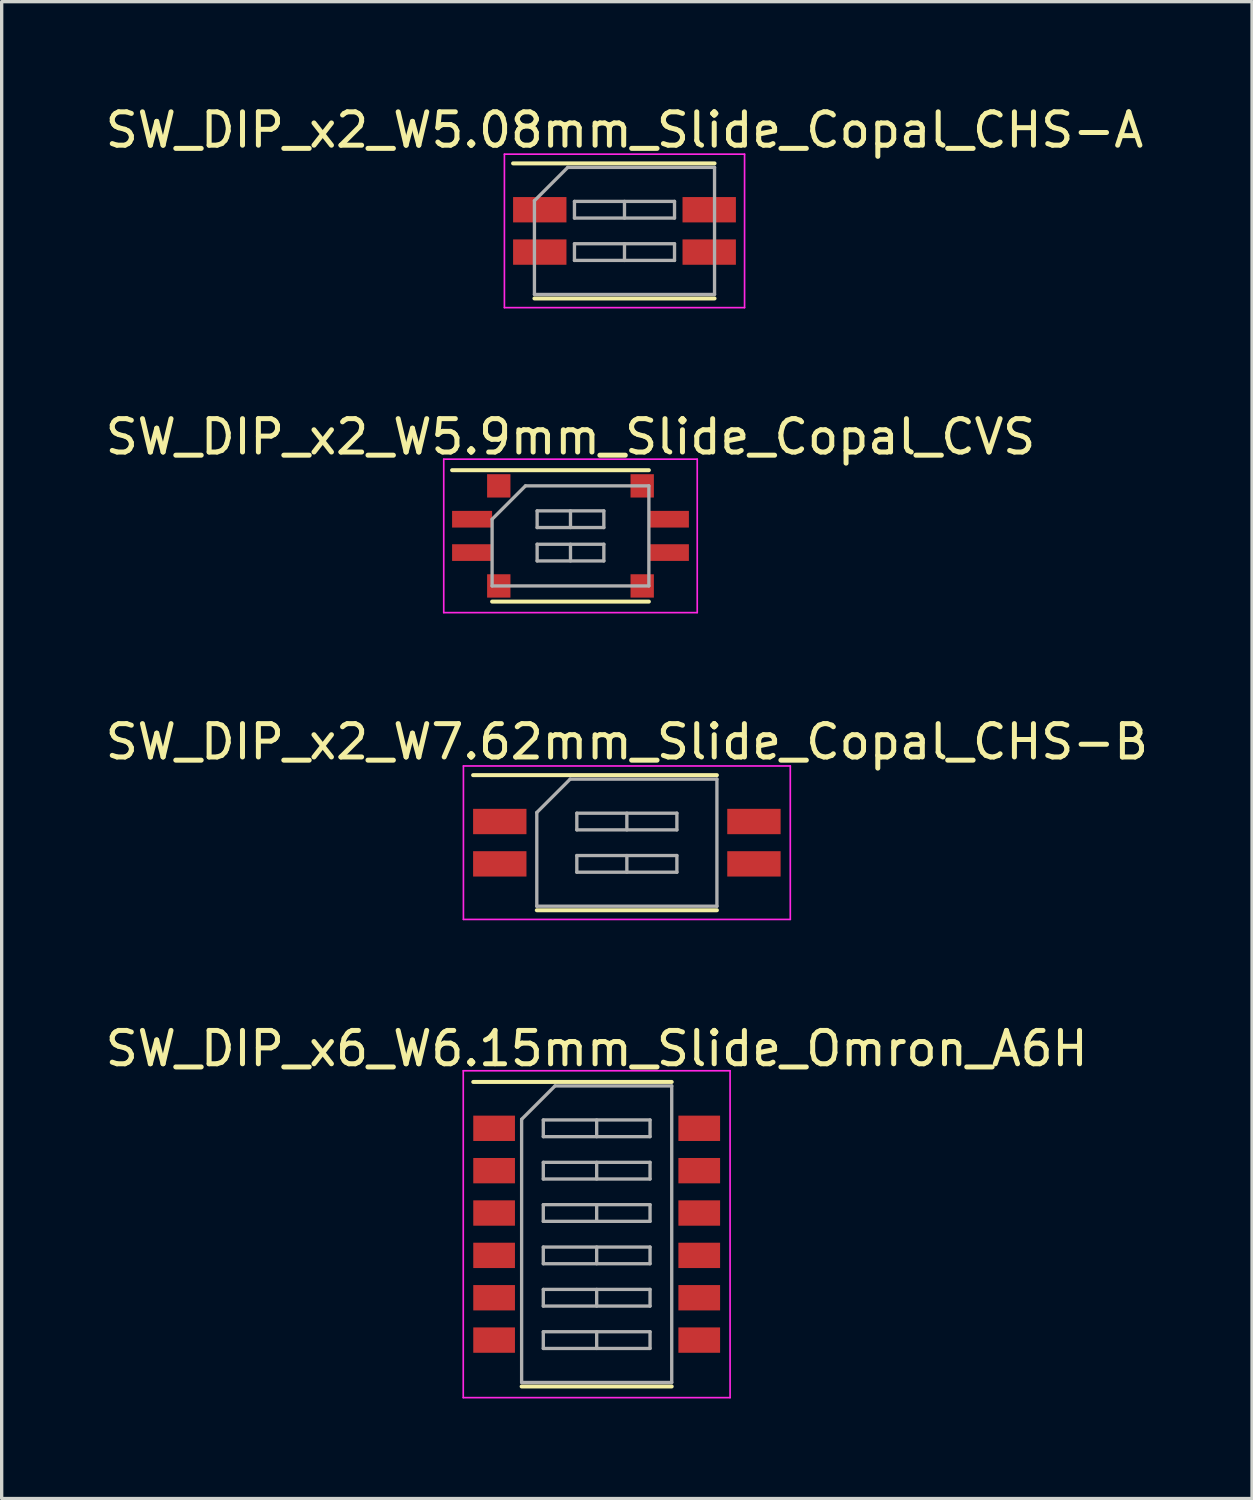
<source format=kicad_pcb>
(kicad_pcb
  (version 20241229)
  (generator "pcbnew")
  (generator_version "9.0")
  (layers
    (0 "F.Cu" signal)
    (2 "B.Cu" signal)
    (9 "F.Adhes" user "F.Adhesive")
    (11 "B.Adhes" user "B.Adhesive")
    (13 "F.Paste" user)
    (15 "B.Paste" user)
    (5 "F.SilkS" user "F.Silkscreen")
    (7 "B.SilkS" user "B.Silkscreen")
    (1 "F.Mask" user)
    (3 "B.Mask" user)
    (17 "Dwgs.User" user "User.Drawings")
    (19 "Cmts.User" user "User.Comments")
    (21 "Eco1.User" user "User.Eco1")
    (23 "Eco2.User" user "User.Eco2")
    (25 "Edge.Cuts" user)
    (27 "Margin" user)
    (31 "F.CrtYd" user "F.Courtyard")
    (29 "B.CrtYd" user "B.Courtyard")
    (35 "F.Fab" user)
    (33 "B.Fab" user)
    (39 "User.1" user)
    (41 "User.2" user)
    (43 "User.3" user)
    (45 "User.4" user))
  (footprint "SW_DIP_x2_W5.08mm_Slide_Copal_CHS-A"
    (layer "F.Cu")
    (at 15.673 3.873)
    (property "Reference" "SW_DIP_x2_W5.08mm_Slide_Copal_CHS-A" (at 0 -3.025 0) (layer "F.SilkS") (effects (font (size 1 1) (thickness 0.15))))
    (attr smd)
    (fp_line (start -3.34 -2.025) (end 2.7 -2.025) (stroke (width 0.12) (type solid)) (layer "F.SilkS"))
    (fp_line (start -2.7 2.025) (end 2.7 2.025) (stroke (width 0.12) (type solid)) (layer "F.SilkS"))
    (fp_line (start -3.6 -2.3) (end -3.6 2.3) (stroke (width 0.05) (type solid)) (layer "F.CrtYd"))
    (fp_line (start -3.6 2.3) (end 3.6 2.3) (stroke (width 0.05) (type solid)) (layer "F.CrtYd"))
    (fp_line (start 3.6 -2.3) (end -3.6 -2.3) (stroke (width 0.05) (type solid)) (layer "F.CrtYd"))
    (fp_line (start 3.6 2.3) (end 3.6 -2.3) (stroke (width 0.05) (type solid)) (layer "F.CrtYd"))
    (fp_line (start -2.7 -0.905) (end -1.7 -1.905) (stroke (width 0.1) (type solid)) (layer "F.Fab"))
    (fp_line (start -2.7 1.905) (end -2.7 -0.905) (stroke (width 0.1) (type solid)) (layer "F.Fab"))
    (fp_line (start -1.7 -1.905) (end 2.7 -1.905) (stroke (width 0.1) (type solid)) (layer "F.Fab"))
    (fp_line (start -1.5 -0.885) (end -1.5 -0.385) (stroke (width 0.1) (type solid)) (layer "F.Fab"))
    (fp_line (start -1.5 -0.385) (end 1.5 -0.385) (stroke (width 0.1) (type solid)) (layer "F.Fab"))
    (fp_line (start -1.5 0.385) (end -1.5 0.885) (stroke (width 0.1) (type solid)) (layer "F.Fab"))
    (fp_line (start -1.5 0.885) (end 1.5 0.885) (stroke (width 0.1) (type solid)) (layer "F.Fab"))
    (fp_line (start 0 -0.885) (end 0 -0.385) (stroke (width 0.1) (type solid)) (layer "F.Fab"))
    (fp_line (start 0 0.385) (end 0 0.885) (stroke (width 0.1) (type solid)) (layer "F.Fab"))
    (fp_line (start 1.5 -0.885) (end -1.5 -0.885) (stroke (width 0.1) (type solid)) (layer "F.Fab"))
    (fp_line (start 1.5 -0.385) (end 1.5 -0.885) (stroke (width 0.1) (type solid)) (layer "F.Fab"))
    (fp_line (start 1.5 0.385) (end -1.5 0.385) (stroke (width 0.1) (type solid)) (layer "F.Fab"))
    (fp_line (start 1.5 0.885) (end 1.5 0.385) (stroke (width 0.1) (type solid)) (layer "F.Fab"))
    (fp_line (start 2.7 -1.905) (end 2.7 1.905) (stroke (width 0.1) (type solid)) (layer "F.Fab"))
    (fp_line (start 2.7 1.905) (end -2.7 1.905) (stroke (width 0.1) (type solid)) (layer "F.Fab"))
    (pad "1" smd rect (at -2.54 -0.635) (size 1.6 0.76) (layers "F.Cu" "F.Mask"))
    (pad "2" smd rect (at -2.54 0.635) (size 1.6 0.76) (layers "F.Cu" "F.Mask"))
    (pad "3" smd rect (at 2.54 0.635) (size 1.6 0.76) (layers "F.Cu" "F.Mask"))
    (pad "4" smd rect (at 2.54 -0.635) (size 1.6 0.76) (layers "F.Cu" "F.Mask")))
  (footprint "SW_DIP_x2_W7.62mm_Slide_Copal_CHS-B"
    (layer "F.Cu")
    (at 15.744 22.215)
    (property "Reference" "SW_DIP_x2_W7.62mm_Slide_Copal_CHS-B" (at 0 -3.025 0) (layer "F.SilkS") (effects (font (size 1 1) (thickness 0.15))))
    (attr smd)
    (fp_line (start -4.61 -2.025) (end 2.7 -2.025) (stroke (width 0.12) (type solid)) (layer "F.SilkS"))
    (fp_line (start -2.7 2.025) (end 2.7 2.025) (stroke (width 0.12) (type solid)) (layer "F.SilkS"))
    (fp_line (start -4.9 -2.3) (end -4.9 2.3) (stroke (width 0.05) (type solid)) (layer "F.CrtYd"))
    (fp_line (start -4.9 2.3) (end 4.9 2.3) (stroke (width 0.05) (type solid)) (layer "F.CrtYd"))
    (fp_line (start 4.9 -2.3) (end -4.9 -2.3) (stroke (width 0.05) (type solid)) (layer "F.CrtYd"))
    (fp_line (start 4.9 2.3) (end 4.9 -2.3) (stroke (width 0.05) (type solid)) (layer "F.CrtYd"))
    (fp_line (start -2.7 -0.905) (end -1.7 -1.905) (stroke (width 0.1) (type solid)) (layer "F.Fab"))
    (fp_line (start -2.7 1.905) (end -2.7 -0.905) (stroke (width 0.1) (type solid)) (layer "F.Fab"))
    (fp_line (start -1.7 -1.905) (end 2.7 -1.905) (stroke (width 0.1) (type solid)) (layer "F.Fab"))
    (fp_line (start -1.5 -0.885) (end -1.5 -0.385) (stroke (width 0.1) (type solid)) (layer "F.Fab"))
    (fp_line (start -1.5 -0.385) (end 1.5 -0.385) (stroke (width 0.1) (type solid)) (layer "F.Fab"))
    (fp_line (start -1.5 0.385) (end -1.5 0.885) (stroke (width 0.1) (type solid)) (layer "F.Fab"))
    (fp_line (start -1.5 0.885) (end 1.5 0.885) (stroke (width 0.1) (type solid)) (layer "F.Fab"))
    (fp_line (start 0 -0.885) (end 0 -0.385) (stroke (width 0.1) (type solid)) (layer "F.Fab"))
    (fp_line (start 0 0.385) (end 0 0.885) (stroke (width 0.1) (type solid)) (layer "F.Fab"))
    (fp_line (start 1.5 -0.885) (end -1.5 -0.885) (stroke (width 0.1) (type solid)) (layer "F.Fab"))
    (fp_line (start 1.5 -0.385) (end 1.5 -0.885) (stroke (width 0.1) (type solid)) (layer "F.Fab"))
    (fp_line (start 1.5 0.385) (end -1.5 0.385) (stroke (width 0.1) (type solid)) (layer "F.Fab"))
    (fp_line (start 1.5 0.885) (end 1.5 0.385) (stroke (width 0.1) (type solid)) (layer "F.Fab"))
    (fp_line (start 2.7 -1.905) (end 2.7 1.905) (stroke (width 0.1) (type solid)) (layer "F.Fab"))
    (fp_line (start 2.7 1.905) (end -2.7 1.905) (stroke (width 0.1) (type solid)) (layer "F.Fab"))
    (pad "1" smd rect (at -3.81 -0.635) (size 1.6 0.76) (layers "F.Cu" "F.Mask"))
    (pad "2" smd rect (at -3.81 0.635) (size 1.6 0.76) (layers "F.Cu" "F.Mask"))
    (pad "3" smd rect (at 3.81 0.635) (size 1.6 0.76) (layers "F.Cu" "F.Mask"))
    (pad "4" smd rect (at 3.81 -0.635) (size 1.6 0.76) (layers "F.Cu" "F.Mask")))
  (footprint "SW_DIP_x6_W6.15mm_Slide_Omron_A6H"
    (layer "F.Cu")
    (at 14.839 33.953)
    (property "Reference" "SW_DIP_x6_W6.15mm_Slide_Omron_A6H" (at 0 -5.565 0) (layer "F.SilkS") (effects (font (size 1 1) (thickness 0.15))))
    (attr smd)
    (fp_line (start -3.7 -4.565) (end 2.25 -4.565) (stroke (width 0.12) (type solid)) (layer "F.SilkS"))
    (fp_line (start -2.25 4.565) (end 2.25 4.565) (stroke (width 0.12) (type solid)) (layer "F.SilkS"))
    (fp_line (start -4 -4.9) (end -4 4.9) (stroke (width 0.05) (type solid)) (layer "F.CrtYd"))
    (fp_line (start -4 4.9) (end 4 4.9) (stroke (width 0.05) (type solid)) (layer "F.CrtYd"))
    (fp_line (start 4 -4.9) (end -4 -4.9) (stroke (width 0.05) (type solid)) (layer "F.CrtYd"))
    (fp_line (start 4 4.9) (end 4 -4.9) (stroke (width 0.05) (type solid)) (layer "F.CrtYd"))
    (fp_line (start -2.25 -3.445) (end -1.25 -4.445) (stroke (width 0.1) (type solid)) (layer "F.Fab"))
    (fp_line (start -2.25 4.445) (end -2.25 -3.445) (stroke (width 0.1) (type solid)) (layer "F.Fab"))
    (fp_line (start -1.6 -3.425) (end -1.6 -2.925) (stroke (width 0.1) (type solid)) (layer "F.Fab"))
    (fp_line (start -1.6 -2.925) (end 1.6 -2.925) (stroke (width 0.1) (type solid)) (layer "F.Fab"))
    (fp_line (start -1.6 -2.155) (end -1.6 -1.655) (stroke (width 0.1) (type solid)) (layer "F.Fab"))
    (fp_line (start -1.6 -1.655) (end 1.6 -1.655) (stroke (width 0.1) (type solid)) (layer "F.Fab"))
    (fp_line (start -1.6 -0.885) (end -1.6 -0.385) (stroke (width 0.1) (type solid)) (layer "F.Fab"))
    (fp_line (start -1.6 -0.385) (end 1.6 -0.385) (stroke (width 0.1) (type solid)) (layer "F.Fab"))
    (fp_line (start -1.6 0.385) (end -1.6 0.885) (stroke (width 0.1) (type solid)) (layer "F.Fab"))
    (fp_line (start -1.6 0.885) (end 1.6 0.885) (stroke (width 0.1) (type solid)) (layer "F.Fab"))
    (fp_line (start -1.6 1.655) (end -1.6 2.155) (stroke (width 0.1) (type solid)) (layer "F.Fab"))
    (fp_line (start -1.6 2.155) (end 1.6 2.155) (stroke (width 0.1) (type solid)) (layer "F.Fab"))
    (fp_line (start -1.6 2.925) (end -1.6 3.425) (stroke (width 0.1) (type solid)) (layer "F.Fab"))
    (fp_line (start -1.6 3.425) (end 1.6 3.425) (stroke (width 0.1) (type solid)) (layer "F.Fab"))
    (fp_line (start -1.25 -4.445) (end 2.25 -4.445) (stroke (width 0.1) (type solid)) (layer "F.Fab"))
    (fp_line (start 0 -3.425) (end 0 -2.925) (stroke (width 0.1) (type solid)) (layer "F.Fab"))
    (fp_line (start 0 -2.155) (end 0 -1.655) (stroke (width 0.1) (type solid)) (layer "F.Fab"))
    (fp_line (start 0 -0.885) (end 0 -0.385) (stroke (width 0.1) (type solid)) (layer "F.Fab"))
    (fp_line (start 0 0.385) (end 0 0.885) (stroke (width 0.1) (type solid)) (layer "F.Fab"))
    (fp_line (start 0 1.655) (end 0 2.155) (stroke (width 0.1) (type solid)) (layer "F.Fab"))
    (fp_line (start 0 2.925) (end 0 3.425) (stroke (width 0.1) (type solid)) (layer "F.Fab"))
    (fp_line (start 1.6 -3.425) (end -1.6 -3.425) (stroke (width 0.1) (type solid)) (layer "F.Fab"))
    (fp_line (start 1.6 -2.925) (end 1.6 -3.425) (stroke (width 0.1) (type solid)) (layer "F.Fab"))
    (fp_line (start 1.6 -2.155) (end -1.6 -2.155) (stroke (width 0.1) (type solid)) (layer "F.Fab"))
    (fp_line (start 1.6 -1.655) (end 1.6 -2.155) (stroke (width 0.1) (type solid)) (layer "F.Fab"))
    (fp_line (start 1.6 -0.885) (end -1.6 -0.885) (stroke (width 0.1) (type solid)) (layer "F.Fab"))
    (fp_line (start 1.6 -0.385) (end 1.6 -0.885) (stroke (width 0.1) (type solid)) (layer "F.Fab"))
    (fp_line (start 1.6 0.385) (end -1.6 0.385) (stroke (width 0.1) (type solid)) (layer "F.Fab"))
    (fp_line (start 1.6 0.885) (end 1.6 0.385) (stroke (width 0.1) (type solid)) (layer "F.Fab"))
    (fp_line (start 1.6 1.655) (end -1.6 1.655) (stroke (width 0.1) (type solid)) (layer "F.Fab"))
    (fp_line (start 1.6 2.155) (end 1.6 1.655) (stroke (width 0.1) (type solid)) (layer "F.Fab"))
    (fp_line (start 1.6 2.925) (end -1.6 2.925) (stroke (width 0.1) (type solid)) (layer "F.Fab"))
    (fp_line (start 1.6 3.425) (end 1.6 2.925) (stroke (width 0.1) (type solid)) (layer "F.Fab"))
    (fp_line (start 2.25 -4.445) (end 2.25 4.445) (stroke (width 0.1) (type solid)) (layer "F.Fab"))
    (fp_line (start 2.25 4.445) (end -2.25 4.445) (stroke (width 0.1) (type solid)) (layer "F.Fab"))
    (pad "1" smd rect (at -3.075 -3.175) (size 1.25 0.76) (layers "F.Cu" "F.Mask"))
    (pad "2" smd rect (at -3.075 -1.905) (size 1.25 0.76) (layers "F.Cu" "F.Mask"))
    (pad "3" smd rect (at -3.075 -0.635) (size 1.25 0.76) (layers "F.Cu" "F.Mask"))
    (pad "4" smd rect (at -3.075 0.635) (size 1.25 0.76) (layers "F.Cu" "F.Mask"))
    (pad "5" smd rect (at -3.075 1.905) (size 1.25 0.76) (layers "F.Cu" "F.Mask"))
    (pad "6" smd rect (at -3.075 3.175) (size 1.25 0.76) (layers "F.Cu" "F.Mask"))
    (pad "7" smd rect (at 3.075 3.175) (size 1.25 0.76) (layers "F.Cu" "F.Mask"))
    (pad "8" smd rect (at 3.075 1.905) (size 1.25 0.76) (layers "F.Cu" "F.Mask"))
    (pad "9" smd rect (at 3.075 0.635) (size 1.25 0.76) (layers "F.Cu" "F.Mask"))
    (pad "10" smd rect (at 3.075 -0.635) (size 1.25 0.76) (layers "F.Cu" "F.Mask"))
    (pad "11" smd rect (at 3.075 -1.905) (size 1.25 0.76) (layers "F.Cu" "F.Mask"))
    (pad "12" smd rect (at 3.075 -3.175) (size 1.25 0.76) (layers "F.Cu" "F.Mask")))
  (footprint "SW_DIP_x2_W5.9mm_Slide_Copal_CVS"
    (layer "F.Cu")
    (at 14.054 13.017)
    (property "Reference" "SW_DIP_x2_W5.9mm_Slide_Copal_CVS" (at 0 -2.97 0) (layer "F.SilkS") (effects (font (size 1 1) (thickness 0.15))))
    (attr smd)
    (fp_line (start -3.55 -1.97) (end 2.35 -1.97) (stroke (width 0.12) (type solid)) (layer "F.SilkS"))
    (fp_line (start -2.35 1.97) (end 2.35 1.97) (stroke (width 0.12) (type solid)) (layer "F.SilkS"))
    (fp_line (start -3.8 -2.3) (end -3.8 2.3) (stroke (width 0.05) (type solid)) (layer "F.CrtYd"))
    (fp_line (start -3.8 2.3) (end 3.8 2.3) (stroke (width 0.05) (type solid)) (layer "F.CrtYd"))
    (fp_line (start 3.8 -2.3) (end -3.8 -2.3) (stroke (width 0.05) (type solid)) (layer "F.CrtYd"))
    (fp_line (start 3.8 2.3) (end 3.8 -2.3) (stroke (width 0.05) (type solid)) (layer "F.CrtYd"))
    (fp_line (start -2.35 -0.5) (end -1.35 -1.5) (stroke (width 0.1) (type solid)) (layer "F.Fab"))
    (fp_line (start -2.35 1.5) (end -2.35 -0.5) (stroke (width 0.1) (type solid)) (layer "F.Fab"))
    (fp_line (start -1.35 -1.5) (end 2.35 -1.5) (stroke (width 0.1) (type solid)) (layer "F.Fab"))
    (fp_line (start -1 -0.75) (end -1 -0.25) (stroke (width 0.1) (type solid)) (layer "F.Fab"))
    (fp_line (start -1 -0.25) (end 1 -0.25) (stroke (width 0.1) (type solid)) (layer "F.Fab"))
    (fp_line (start -1 0.25) (end -1 0.75) (stroke (width 0.1) (type solid)) (layer "F.Fab"))
    (fp_line (start -1 0.75) (end 1 0.75) (stroke (width 0.1) (type solid)) (layer "F.Fab"))
    (fp_line (start 0 -0.75) (end 0 -0.25) (stroke (width 0.1) (type solid)) (layer "F.Fab"))
    (fp_line (start 0 0.25) (end 0 0.75) (stroke (width 0.1) (type solid)) (layer "F.Fab"))
    (fp_line (start 1 -0.75) (end -1 -0.75) (stroke (width 0.1) (type solid)) (layer "F.Fab"))
    (fp_line (start 1 -0.25) (end 1 -0.75) (stroke (width 0.1) (type solid)) (layer "F.Fab"))
    (fp_line (start 1 0.25) (end -1 0.25) (stroke (width 0.1) (type solid)) (layer "F.Fab"))
    (fp_line (start 1 0.75) (end 1 0.25) (stroke (width 0.1) (type solid)) (layer "F.Fab"))
    (fp_line (start 2.35 -1.5) (end 2.35 1.5) (stroke (width 0.1) (type solid)) (layer "F.Fab"))
    (fp_line (start 2.35 1.5) (end -2.35 1.5) (stroke (width 0.1) (type solid)) (layer "F.Fab"))
    (pad "1" smd rect (at -2.95 -0.5) (size 1.2 0.5) (layers "F.Cu" "F.Mask"))
    (pad "2" smd rect (at -2.95 0.5) (size 1.2 0.5) (layers "F.Cu" "F.Mask"))
    (pad "3" smd rect (at 2.95 0.5) (size 1.2 0.5) (layers "F.Cu" "F.Mask"))
    (pad "4" smd rect (at 2.95 -0.5) (size 1.2 0.5) (layers "F.Cu" "F.Mask"))
    (pad "5" smd rect (at -2.15 -1.5) (size 0.7 0.7) (layers "F.Cu" "F.Mask"))
    (pad "5" smd rect (at -2.15 1.5) (size 0.7 0.7) (layers "F.Cu" "F.Mask"))
    (pad "5" smd rect (at 2.15 -1.5) (size 0.7 0.7) (layers "F.Cu" "F.Mask"))
    (pad "5" smd rect (at 2.15 1.5) (size 0.7 0.7) (layers "F.Cu" "F.Mask")))
  (gr_rect
    (start -3 -3)
    (end 34.488 41.878)
    (stroke (width 0.1) (type default))
    (fill no)
    (layer "Edge.Cuts")))
</source>
